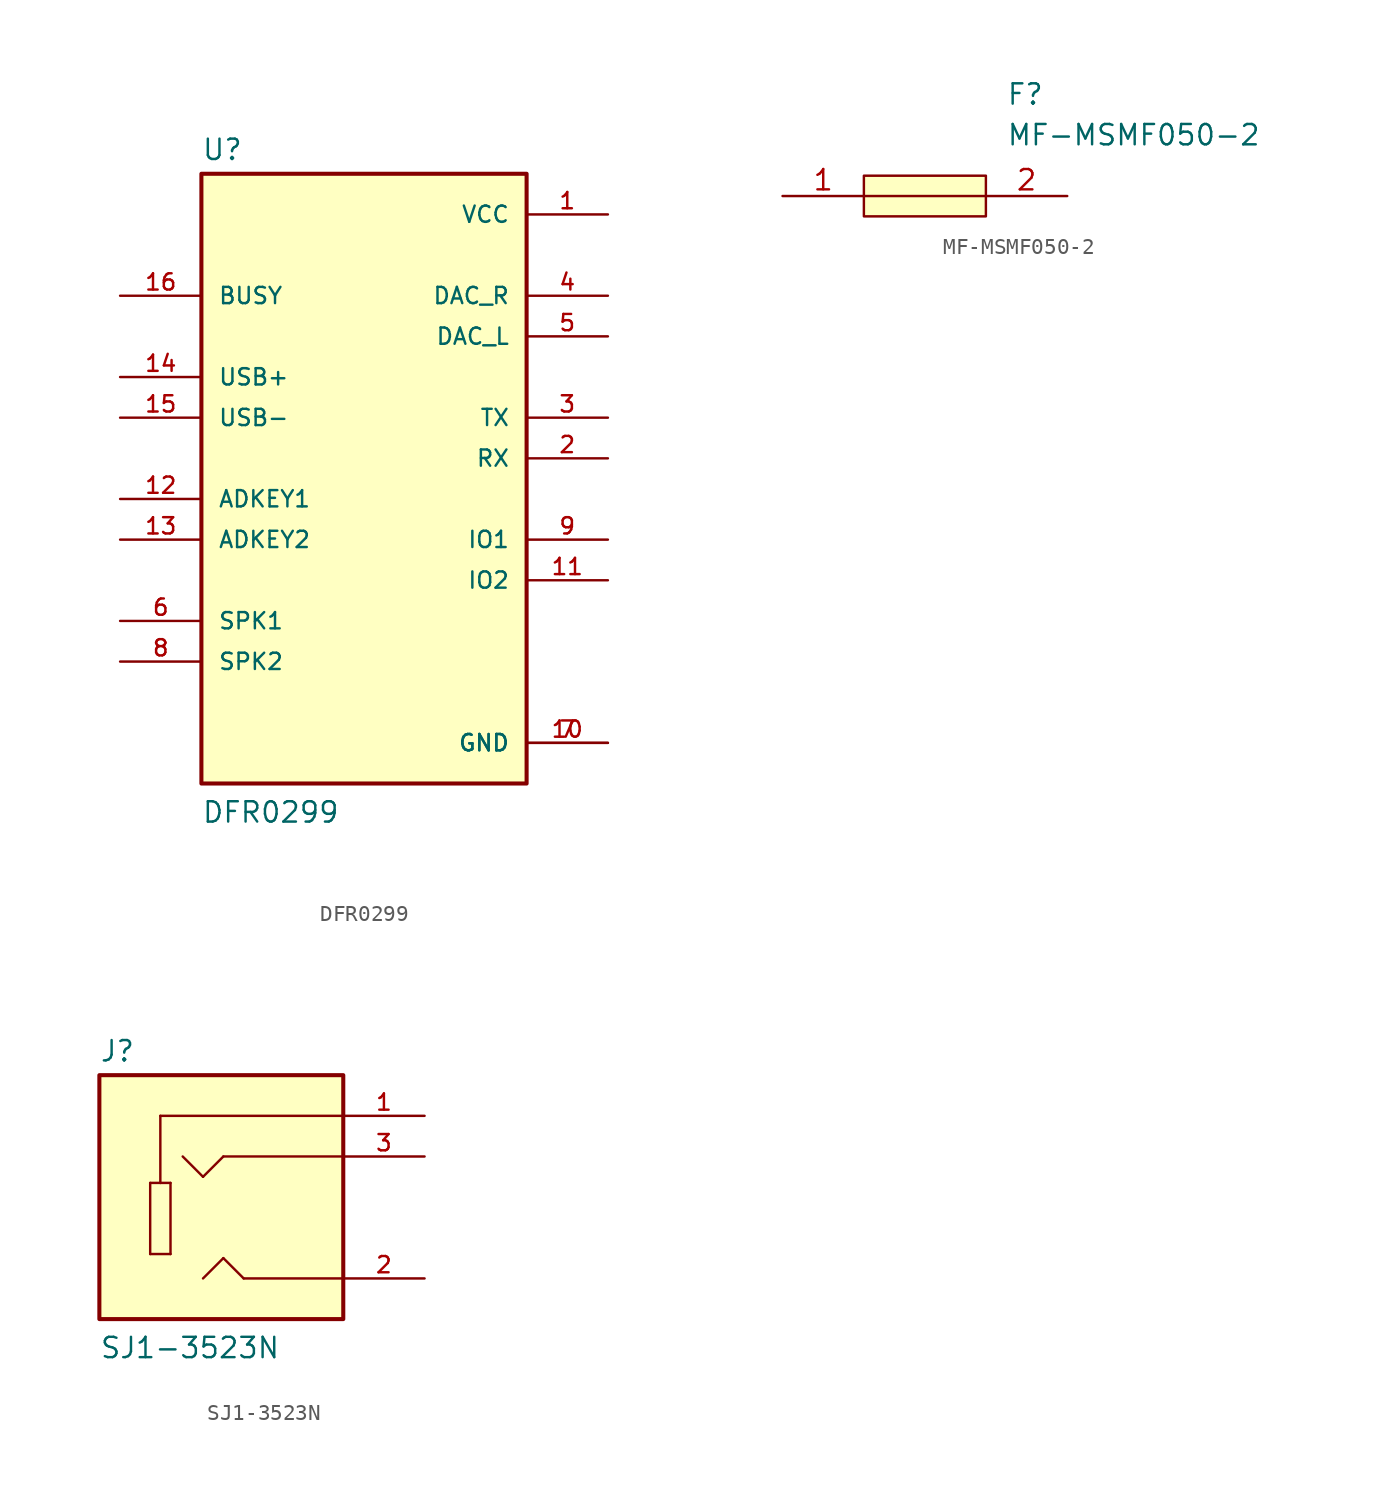
<source format=kicad_sym>
(kicad_symbol_lib
  (version 20231120)
  (generator "kicad_symbol_editor")
  (generator_version "8.0")
  (symbol "DFR0299"
    (pin_names
      (offset 1.016))
    (property "Reference" "U"
      (at -10.16 18.542 0)
      (effects (font (size 1.27 1.27)) (justify left bottom)))
    (property "Value" "DFR0299"
      (at -10.16 -22.86 0)
      (effects (font (size 1.27 1.27)) (justify left bottom)))
    (symbol "DFR0299_0_0"
      (rectangle (start -10.16 -20.32) (end 10.16 17.78) (stroke (width 0.254) (type default)) (fill (type background)))
      (pin power_in line (at 15.24 15.24 180) (length 5.08) (name "VCC" (effects (font (size 1.016 1.016)))) (number "1" (effects (font (size 1.016 1.016)))))
      (pin power_in line (at 15.24 -17.78 180) (length 5.08) (name "GND" (effects (font (size 1.016 1.016)))) (number "10" (effects (font (size 1.016 1.016)))))
      (pin bidirectional line (at 15.24 -7.62 180) (length 5.08) (name "IO2" (effects (font (size 1.016 1.016)))) (number "11" (effects (font (size 1.016 1.016)))))
      (pin input line (at -15.24 -2.54 0) (length 5.08) (name "ADKEY1" (effects (font (size 1.016 1.016)))) (number "12" (effects (font (size 1.016 1.016)))))
      (pin input line (at -15.24 -5.08 0) (length 5.08) (name "ADKEY2" (effects (font (size 1.016 1.016)))) (number "13" (effects (font (size 1.016 1.016)))))
      (pin input line (at -15.24 5.08 0) (length 5.08) (name "USB+" (effects (font (size 1.016 1.016)))) (number "14" (effects (font (size 1.016 1.016)))))
      (pin input line (at -15.24 2.54 0) (length 5.08) (name "USB-" (effects (font (size 1.016 1.016)))) (number "15" (effects (font (size 1.016 1.016)))))
      (pin input line (at -15.24 10.16 0) (length 5.08) (name "BUSY" (effects (font (size 1.016 1.016)))) (number "16" (effects (font (size 1.016 1.016)))))
      (pin input line (at 15.24 0 180) (length 5.08) (name "RX" (effects (font (size 1.016 1.016)))) (number "2" (effects (font (size 1.016 1.016)))))
      (pin output line (at 15.24 2.54 180) (length 5.08) (name "TX" (effects (font (size 1.016 1.016)))) (number "3" (effects (font (size 1.016 1.016)))))
      (pin output line (at 15.24 10.16 180) (length 5.08) (name "DAC_R" (effects (font (size 1.016 1.016)))) (number "4" (effects (font (size 1.016 1.016)))))
      (pin output line (at 15.24 7.62 180) (length 5.08) (name "DAC_L" (effects (font (size 1.016 1.016)))) (number "5" (effects (font (size 1.016 1.016)))))
      (pin passive line (at -15.24 -10.16 0) (length 5.08) (name "SPK1" (effects (font (size 1.016 1.016)))) (number "6" (effects (font (size 1.016 1.016)))))
      (pin power_in line (at 15.24 -17.78 180) (length 5.08) (name "GND" (effects (font (size 1.016 1.016)))) (number "7" (effects (font (size 1.016 1.016)))))
      (pin passive line (at -15.24 -12.7 0) (length 5.08) (name "SPK2" (effects (font (size 1.016 1.016)))) (number "8" (effects (font (size 1.016 1.016)))))
      (pin bidirectional line (at 15.24 -5.08 180) (length 5.08) (name "IO1" (effects (font (size 1.016 1.016)))) (number "9" (effects (font (size 1.016 1.016)))))))
  (symbol "MF-MSMF050-2"
    (pin_names
      (offset 0.762))
    (property "Reference" "F"
      (at 13.97 6.35 0)
      (effects (font (size 1.27 1.27)) (justify left)))
    (property "Value" "MF-MSMF050-2"
      (at 13.97 3.81 0)
      (effects (font (size 1.27 1.27)) (justify left)))
    (symbol "MF-MSMF050-2_0_0"
      (pin passive line (at 0 0 0) (length 5.08) (name "~" (effects (font (size 1.27 1.27)))) (number "1" (effects (font (size 1.27 1.27)))))
      (pin passive line (at 17.78 0 180) (length 5.08) (name "~" (effects (font (size 1.27 1.27)))) (number "2" (effects (font (size 1.27 1.27))))))
    (symbol "MF-MSMF050-2_0_1"
      (polyline (pts (xy 5.08 0) (xy 12.7 0)) (stroke (width 0.152) (type default)) (fill (type none)))
      (polyline (pts (xy 5.08 1.27) (xy 12.7 1.27) (xy 12.7 -1.27) (xy 5.08 -1.27) (xy 5.08 1.27)) (stroke (width 0.152) (type default)) (fill (type background)))))
  (symbol "SJ1-3523N"
    (pin_names
      (offset 1.016))
    (property "Reference" "J"
      (at -7.62 8.382 0)
      (effects (font (size 1.27 1.27)) (justify left bottom)))
    (property "Value" "SJ1-3523N"
      (at -7.62 -10.16 0)
      (effects (font (size 1.27 1.27)) (justify left bottom)))
    (symbol "SJ1-3523N_0_0"
      (rectangle (start -7.62 -7.62) (end 7.62 7.62) (stroke (width 0.254) (type default)) (fill (type background)))
      (polyline (pts (xy -4.445 -3.556) (xy -4.445 0.889)) (stroke (width 0.152) (type default)) (fill (type none)))
      (polyline (pts (xy -4.445 0.889) (xy -3.81 0.889)) (stroke (width 0.152) (type default)) (fill (type none)))
      (polyline (pts (xy -3.81 0.889) (xy -3.175 0.889)) (stroke (width 0.152) (type default)) (fill (type none)))
      (polyline (pts (xy -3.81 5.08) (xy -3.81 0.889)) (stroke (width 0.152) (type default)) (fill (type none)))
      (polyline (pts (xy -3.175 -3.556) (xy -4.445 -3.556)) (stroke (width 0.152) (type default)) (fill (type none)))
      (polyline (pts (xy -3.175 0.889) (xy -3.175 -3.556)) (stroke (width 0.152) (type default)) (fill (type none)))
      (polyline (pts (xy -1.143 1.27) (xy -2.413 2.54)) (stroke (width 0.152) (type default)) (fill (type none)))
      (polyline (pts (xy 0.127 -3.81) (xy -1.143 -5.08)) (stroke (width 0.152) (type default)) (fill (type none)))
      (polyline (pts (xy 0.127 2.54) (xy -1.143 1.27)) (stroke (width 0.152) (type default)) (fill (type none)))
      (polyline (pts (xy 1.397 -5.08) (xy 0.127 -3.81)) (stroke (width 0.152) (type default)) (fill (type none)))
      (polyline (pts (xy 7.62 -5.08) (xy 1.397 -5.08)) (stroke (width 0.152) (type default)) (fill (type none)))
      (polyline (pts (xy 7.62 2.54) (xy 0.127 2.54)) (stroke (width 0.152) (type default)) (fill (type none)))
      (polyline (pts (xy 7.62 5.08) (xy -3.81 5.08)) (stroke (width 0.152) (type default)) (fill (type none)))
      (pin passive line (at 12.7 5.08 180) (length 5.08) (name "~" (effects (font (size 1.016 1.016)))) (number "1" (effects (font (size 1.016 1.016)))))
      (pin passive line (at 12.7 -5.08 180) (length 5.08) (name "~" (effects (font (size 1.016 1.016)))) (number "2" (effects (font (size 1.016 1.016)))))
      (pin passive line (at 12.7 2.54 180) (length 5.08) (name "~" (effects (font (size 1.016 1.016)))) (number "3" (effects (font (size 1.016 1.016))))))))
</source>
